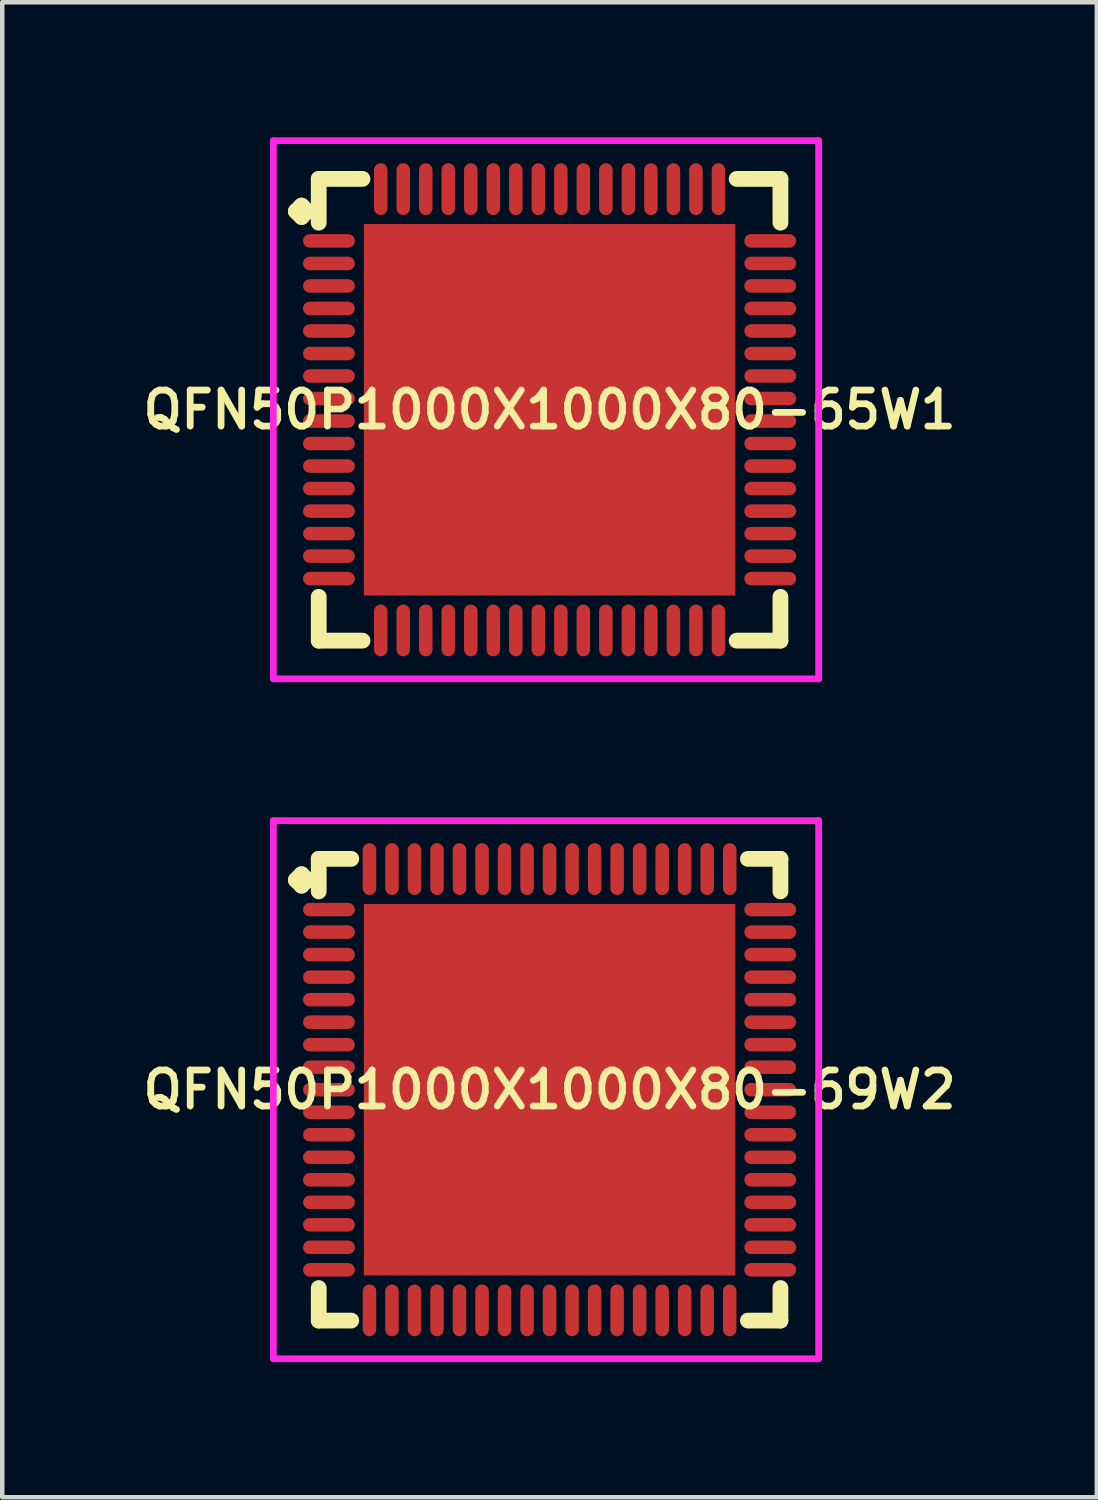
<source format=kicad_pcb>
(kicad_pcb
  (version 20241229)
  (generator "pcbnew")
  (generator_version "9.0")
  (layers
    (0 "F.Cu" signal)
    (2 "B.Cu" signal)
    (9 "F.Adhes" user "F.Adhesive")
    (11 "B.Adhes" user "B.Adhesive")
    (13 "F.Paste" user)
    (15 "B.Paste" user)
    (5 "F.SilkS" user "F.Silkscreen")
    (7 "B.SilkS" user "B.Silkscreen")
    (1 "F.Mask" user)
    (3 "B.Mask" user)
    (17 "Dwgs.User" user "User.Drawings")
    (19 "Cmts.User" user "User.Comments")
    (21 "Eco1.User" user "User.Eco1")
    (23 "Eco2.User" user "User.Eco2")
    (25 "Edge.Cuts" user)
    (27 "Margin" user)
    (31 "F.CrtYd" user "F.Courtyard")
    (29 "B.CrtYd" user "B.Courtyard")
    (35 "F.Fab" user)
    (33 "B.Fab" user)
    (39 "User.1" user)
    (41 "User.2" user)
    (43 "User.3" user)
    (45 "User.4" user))
  (footprint "QFN50P1000X1000X80-69W2"
    (layer "F.Cu")
    (at 9.155 21.15)
    (property "Reference" "QFN50P1000X1000X80-69W2" (at 0 0 0) (layer "F.SilkS") (effects (font (size 0.8 0.8) (thickness 0.15))))
    (attr smd)
    (fp_line (start -5.635 -4.658) (end -5.508 -4.785) (stroke (width 0.35) (type solid)) (layer "F.SilkS"))
    (fp_line (start -5.508 -4.785) (end -5.381 -4.658) (stroke (width 0.35) (type solid)) (layer "F.SilkS"))
    (fp_line (start -5.508 -4.531) (end -5.635 -4.658) (stroke (width 0.35) (type solid)) (layer "F.SilkS"))
    (fp_line (start -5.381 -4.658) (end -5.508 -4.531) (stroke (width 0.35) (type solid)) (layer "F.SilkS"))
    (fp_line (start -5.127 -5.127) (end -4.404 -5.127) (stroke (width 0.35) (type solid)) (layer "F.SilkS"))
    (fp_line (start -5.127 -4.404) (end -5.127 -5.127) (stroke (width 0.35) (type solid)) (layer "F.SilkS"))
    (fp_line (start -5.127 4.404) (end -5.127 5.127) (stroke (width 0.35) (type solid)) (layer "F.SilkS"))
    (fp_line (start -5.127 5.127) (end -4.404 5.127) (stroke (width 0.35) (type solid)) (layer "F.SilkS"))
    (fp_line (start 4.404 -5.127) (end 5.127 -5.127) (stroke (width 0.35) (type solid)) (layer "F.SilkS"))
    (fp_line (start 4.404 5.127) (end 5.127 5.127) (stroke (width 0.35) (type solid)) (layer "F.SilkS"))
    (fp_line (start 5.127 -5.127) (end 5.127 -4.404) (stroke (width 0.35) (type solid)) (layer "F.SilkS"))
    (fp_line (start 5.127 5.127) (end 5.127 4.404) (stroke (width 0.35) (type solid)) (layer "F.SilkS"))
    (fp_line (start -6.135 -5.975) (end 5.975 -5.975) (stroke (width 0.15) (type solid)) (layer "F.CrtYd"))
    (fp_line (start -6.135 5.975) (end -6.135 -5.975) (stroke (width 0.15) (type solid)) (layer "F.CrtYd"))
    (fp_line (start 5.975 -5.975) (end 5.975 5.975) (stroke (width 0.15) (type solid)) (layer "F.CrtYd"))
    (fp_line (start 5.975 5.975) (end -6.135 5.975) (stroke (width 0.15) (type solid)) (layer "F.CrtYd"))
    (pad "1" smd oval (at -4.9 -4) (size 1.15 0.3) (layers "F.Cu" "F.Mask" "F.Paste"))
    (pad "2" smd oval (at -4.9 -3.5) (size 1.15 0.3) (layers "F.Cu" "F.Mask" "F.Paste"))
    (pad "3" smd oval (at -4.9 -3) (size 1.15 0.3) (layers "F.Cu" "F.Mask" "F.Paste"))
    (pad "4" smd oval (at -4.9 -2.5) (size 1.15 0.3) (layers "F.Cu" "F.Mask" "F.Paste"))
    (pad "5" smd oval (at -4.9 -2) (size 1.15 0.3) (layers "F.Cu" "F.Mask" "F.Paste"))
    (pad "6" smd oval (at -4.9 -1.5) (size 1.15 0.3) (layers "F.Cu" "F.Mask" "F.Paste"))
    (pad "7" smd oval (at -4.9 -1) (size 1.15 0.3) (layers "F.Cu" "F.Mask" "F.Paste"))
    (pad "8" smd oval (at -4.9 -0.5) (size 1.15 0.3) (layers "F.Cu" "F.Mask" "F.Paste"))
    (pad "9" smd oval (at -4.9 0) (size 1.15 0.3) (layers "F.Cu" "F.Mask" "F.Paste"))
    (pad "10" smd oval (at -4.9 0.5) (size 1.15 0.3) (layers "F.Cu" "F.Mask" "F.Paste"))
    (pad "11" smd oval (at -4.9 1) (size 1.15 0.3) (layers "F.Cu" "F.Mask" "F.Paste"))
    (pad "12" smd oval (at -4.9 1.5) (size 1.15 0.3) (layers "F.Cu" "F.Mask" "F.Paste"))
    (pad "13" smd oval (at -4.9 2) (size 1.15 0.3) (layers "F.Cu" "F.Mask" "F.Paste"))
    (pad "14" smd oval (at -4.9 2.5) (size 1.15 0.3) (layers "F.Cu" "F.Mask" "F.Paste"))
    (pad "15" smd oval (at -4.9 3) (size 1.15 0.3) (layers "F.Cu" "F.Mask" "F.Paste"))
    (pad "16" smd oval (at -4.9 3.5) (size 1.15 0.3) (layers "F.Cu" "F.Mask" "F.Paste"))
    (pad "17" smd oval (at -4.9 4) (size 1.15 0.3) (layers "F.Cu" "F.Mask" "F.Paste"))
    (pad "18" smd oval (at -4 4.9) (size 0.3 1.15) (layers "F.Cu" "F.Mask" "F.Paste"))
    (pad "19" smd oval (at -3.5 4.9) (size 0.3 1.15) (layers "F.Cu" "F.Mask" "F.Paste"))
    (pad "20" smd oval (at -3 4.9) (size 0.3 1.15) (layers "F.Cu" "F.Mask" "F.Paste"))
    (pad "21" smd oval (at -2.5 4.9) (size 0.3 1.15) (layers "F.Cu" "F.Mask" "F.Paste"))
    (pad "22" smd oval (at -2 4.9) (size 0.3 1.15) (layers "F.Cu" "F.Mask" "F.Paste"))
    (pad "23" smd oval (at -1.5 4.9) (size 0.3 1.15) (layers "F.Cu" "F.Mask" "F.Paste"))
    (pad "24" smd oval (at -1 4.9) (size 0.3 1.15) (layers "F.Cu" "F.Mask" "F.Paste"))
    (pad "25" smd oval (at -0.5 4.9) (size 0.3 1.15) (layers "F.Cu" "F.Mask" "F.Paste"))
    (pad "26" smd oval (at 0 4.9) (size 0.3 1.15) (layers "F.Cu" "F.Mask" "F.Paste"))
    (pad "27" smd oval (at 0.5 4.9) (size 0.3 1.15) (layers "F.Cu" "F.Mask" "F.Paste"))
    (pad "28" smd oval (at 1 4.9) (size 0.3 1.15) (layers "F.Cu" "F.Mask" "F.Paste"))
    (pad "29" smd oval (at 1.5 4.9) (size 0.3 1.15) (layers "F.Cu" "F.Mask" "F.Paste"))
    (pad "30" smd oval (at 2 4.9) (size 0.3 1.15) (layers "F.Cu" "F.Mask" "F.Paste"))
    (pad "31" smd oval (at 2.5 4.9) (size 0.3 1.15) (layers "F.Cu" "F.Mask" "F.Paste"))
    (pad "32" smd oval (at 3 4.9) (size 0.3 1.15) (layers "F.Cu" "F.Mask" "F.Paste"))
    (pad "33" smd oval (at 3.5 4.9) (size 0.3 1.15) (layers "F.Cu" "F.Mask" "F.Paste"))
    (pad "34" smd oval (at 4 4.9) (size 0.3 1.15) (layers "F.Cu" "F.Mask" "F.Paste"))
    (pad "35" smd oval (at 4.9 4) (size 1.15 0.3) (layers "F.Cu" "F.Mask" "F.Paste"))
    (pad "36" smd oval (at 4.9 3.5) (size 1.15 0.3) (layers "F.Cu" "F.Mask" "F.Paste"))
    (pad "37" smd oval (at 4.9 3) (size 1.15 0.3) (layers "F.Cu" "F.Mask" "F.Paste"))
    (pad "38" smd oval (at 4.9 2.5) (size 1.15 0.3) (layers "F.Cu" "F.Mask" "F.Paste"))
    (pad "39" smd oval (at 4.9 2) (size 1.15 0.3) (layers "F.Cu" "F.Mask" "F.Paste"))
    (pad "40" smd oval (at 4.9 1.5) (size 1.15 0.3) (layers "F.Cu" "F.Mask" "F.Paste"))
    (pad "41" smd oval (at 4.9 1) (size 1.15 0.3) (layers "F.Cu" "F.Mask" "F.Paste"))
    (pad "42" smd oval (at 4.9 0.5) (size 1.15 0.3) (layers "F.Cu" "F.Mask" "F.Paste"))
    (pad "43" smd oval (at 4.9 0) (size 1.15 0.3) (layers "F.Cu" "F.Mask" "F.Paste"))
    (pad "44" smd oval (at 4.9 -0.5) (size 1.15 0.3) (layers "F.Cu" "F.Mask" "F.Paste"))
    (pad "45" smd oval (at 4.9 -1) (size 1.15 0.3) (layers "F.Cu" "F.Mask" "F.Paste"))
    (pad "46" smd oval (at 4.9 -1.5) (size 1.15 0.3) (layers "F.Cu" "F.Mask" "F.Paste"))
    (pad "47" smd oval (at 4.9 -2) (size 1.15 0.3) (layers "F.Cu" "F.Mask" "F.Paste"))
    (pad "48" smd oval (at 4.9 -2.5) (size 1.15 0.3) (layers "F.Cu" "F.Mask" "F.Paste"))
    (pad "49" smd oval (at 4.9 -3) (size 1.15 0.3) (layers "F.Cu" "F.Mask" "F.Paste"))
    (pad "50" smd oval (at 4.9 -3.5) (size 1.15 0.3) (layers "F.Cu" "F.Mask" "F.Paste"))
    (pad "51" smd oval (at 4.9 -4) (size 1.15 0.3) (layers "F.Cu" "F.Mask" "F.Paste"))
    (pad "52" smd oval (at 4 -4.9) (size 0.3 1.15) (layers "F.Cu" "F.Mask" "F.Paste"))
    (pad "53" smd oval (at 3.5 -4.9) (size 0.3 1.15) (layers "F.Cu" "F.Mask" "F.Paste"))
    (pad "54" smd oval (at 3 -4.9) (size 0.3 1.15) (layers "F.Cu" "F.Mask" "F.Paste"))
    (pad "55" smd oval (at 2.5 -4.9) (size 0.3 1.15) (layers "F.Cu" "F.Mask" "F.Paste"))
    (pad "56" smd oval (at 2 -4.9) (size 0.3 1.15) (layers "F.Cu" "F.Mask" "F.Paste"))
    (pad "57" smd oval (at 1.5 -4.9) (size 0.3 1.15) (layers "F.Cu" "F.Mask" "F.Paste"))
    (pad "58" smd oval (at 1 -4.9) (size 0.3 1.15) (layers "F.Cu" "F.Mask" "F.Paste"))
    (pad "59" smd oval (at 0.5 -4.9) (size 0.3 1.15) (layers "F.Cu" "F.Mask" "F.Paste"))
    (pad "60" smd oval (at 0 -4.9) (size 0.3 1.15) (layers "F.Cu" "F.Mask" "F.Paste"))
    (pad "61" smd oval (at -0.5 -4.9) (size 0.3 1.15) (layers "F.Cu" "F.Mask" "F.Paste"))
    (pad "62" smd oval (at -1 -4.9) (size 0.3 1.15) (layers "F.Cu" "F.Mask" "F.Paste"))
    (pad "63" smd oval (at -1.5 -4.9) (size 0.3 1.15) (layers "F.Cu" "F.Mask" "F.Paste"))
    (pad "64" smd oval (at -2 -4.9) (size 0.3 1.15) (layers "F.Cu" "F.Mask" "F.Paste"))
    (pad "65" smd oval (at -2.5 -4.9) (size 0.3 1.15) (layers "F.Cu" "F.Mask" "F.Paste"))
    (pad "66" smd oval (at -3 -4.9) (size 0.3 1.15) (layers "F.Cu" "F.Mask" "F.Paste"))
    (pad "67" smd oval (at -3.5 -4.9) (size 0.3 1.15) (layers "F.Cu" "F.Mask" "F.Paste"))
    (pad "68" smd oval (at -4 -4.9) (size 0.3 1.15) (layers "F.Cu" "F.Mask" "F.Paste"))
    (pad "69" smd rect (at 0 0) (size 8.25 8.25) (layers "F.Cu" "F.Mask" "F.Paste")))
  (footprint "QFN50P1000X1000X80-65W1"
    (layer "F.Cu")
    (at 9.155 6.05)
    (property "Reference" "QFN50P1000X1000X80-65W1" (at 0 0 0) (layer "F.SilkS") (effects (font (size 0.8 0.8) (thickness 0.15))))
    (attr smd)
    (fp_line (start -5.635 -4.408) (end -5.508 -4.535) (stroke (width 0.35) (type solid)) (layer "F.SilkS"))
    (fp_line (start -5.508 -4.535) (end -5.381 -4.408) (stroke (width 0.35) (type solid)) (layer "F.SilkS"))
    (fp_line (start -5.508 -4.281) (end -5.635 -4.408) (stroke (width 0.35) (type solid)) (layer "F.SilkS"))
    (fp_line (start -5.381 -4.408) (end -5.508 -4.281) (stroke (width 0.35) (type solid)) (layer "F.SilkS"))
    (fp_line (start -5.127 -5.127) (end -4.154 -5.127) (stroke (width 0.35) (type solid)) (layer "F.SilkS"))
    (fp_line (start -5.127 -4.154) (end -5.127 -5.127) (stroke (width 0.35) (type solid)) (layer "F.SilkS"))
    (fp_line (start -5.127 4.154) (end -5.127 5.127) (stroke (width 0.35) (type solid)) (layer "F.SilkS"))
    (fp_line (start -5.127 5.127) (end -4.154 5.127) (stroke (width 0.35) (type solid)) (layer "F.SilkS"))
    (fp_line (start 4.154 -5.127) (end 5.127 -5.127) (stroke (width 0.35) (type solid)) (layer "F.SilkS"))
    (fp_line (start 4.154 5.127) (end 5.127 5.127) (stroke (width 0.35) (type solid)) (layer "F.SilkS"))
    (fp_line (start 5.127 -5.127) (end 5.127 -4.154) (stroke (width 0.35) (type solid)) (layer "F.SilkS"))
    (fp_line (start 5.127 5.127) (end 5.127 4.154) (stroke (width 0.35) (type solid)) (layer "F.SilkS"))
    (fp_line (start -6.135 -5.975) (end 5.975 -5.975) (stroke (width 0.15) (type solid)) (layer "F.CrtYd"))
    (fp_line (start -6.135 5.975) (end -6.135 -5.975) (stroke (width 0.15) (type solid)) (layer "F.CrtYd"))
    (fp_line (start 5.975 -5.975) (end 5.975 5.975) (stroke (width 0.15) (type solid)) (layer "F.CrtYd"))
    (fp_line (start 5.975 5.975) (end -6.135 5.975) (stroke (width 0.15) (type solid)) (layer "F.CrtYd"))
    (pad "1" smd oval (at -4.9 -3.75) (size 1.15 0.3) (layers "F.Cu" "F.Mask" "F.Paste"))
    (pad "2" smd oval (at -4.9 -3.25) (size 1.15 0.3) (layers "F.Cu" "F.Mask" "F.Paste"))
    (pad "3" smd oval (at -4.9 -2.75) (size 1.15 0.3) (layers "F.Cu" "F.Mask" "F.Paste"))
    (pad "4" smd oval (at -4.9 -2.25) (size 1.15 0.3) (layers "F.Cu" "F.Mask" "F.Paste"))
    (pad "5" smd oval (at -4.9 -1.75) (size 1.15 0.3) (layers "F.Cu" "F.Mask" "F.Paste"))
    (pad "6" smd oval (at -4.9 -1.25) (size 1.15 0.3) (layers "F.Cu" "F.Mask" "F.Paste"))
    (pad "7" smd oval (at -4.9 -0.75) (size 1.15 0.3) (layers "F.Cu" "F.Mask" "F.Paste"))
    (pad "8" smd oval (at -4.9 -0.25) (size 1.15 0.3) (layers "F.Cu" "F.Mask" "F.Paste"))
    (pad "9" smd oval (at -4.9 0.25) (size 1.15 0.3) (layers "F.Cu" "F.Mask" "F.Paste"))
    (pad "10" smd oval (at -4.9 0.75) (size 1.15 0.3) (layers "F.Cu" "F.Mask" "F.Paste"))
    (pad "11" smd oval (at -4.9 1.25) (size 1.15 0.3) (layers "F.Cu" "F.Mask" "F.Paste"))
    (pad "12" smd oval (at -4.9 1.75) (size 1.15 0.3) (layers "F.Cu" "F.Mask" "F.Paste"))
    (pad "13" smd oval (at -4.9 2.25) (size 1.15 0.3) (layers "F.Cu" "F.Mask" "F.Paste"))
    (pad "14" smd oval (at -4.9 2.75) (size 1.15 0.3) (layers "F.Cu" "F.Mask" "F.Paste"))
    (pad "15" smd oval (at -4.9 3.25) (size 1.15 0.3) (layers "F.Cu" "F.Mask" "F.Paste"))
    (pad "16" smd oval (at -4.9 3.75) (size 1.15 0.3) (layers "F.Cu" "F.Mask" "F.Paste"))
    (pad "17" smd oval (at -3.75 4.9) (size 0.3 1.15) (layers "F.Cu" "F.Mask" "F.Paste"))
    (pad "18" smd oval (at -3.25 4.9) (size 0.3 1.15) (layers "F.Cu" "F.Mask" "F.Paste"))
    (pad "19" smd oval (at -2.75 4.9) (size 0.3 1.15) (layers "F.Cu" "F.Mask" "F.Paste"))
    (pad "20" smd oval (at -2.25 4.9) (size 0.3 1.15) (layers "F.Cu" "F.Mask" "F.Paste"))
    (pad "21" smd oval (at -1.75 4.9) (size 0.3 1.15) (layers "F.Cu" "F.Mask" "F.Paste"))
    (pad "22" smd oval (at -1.25 4.9) (size 0.3 1.15) (layers "F.Cu" "F.Mask" "F.Paste"))
    (pad "23" smd oval (at -0.75 4.9) (size 0.3 1.15) (layers "F.Cu" "F.Mask" "F.Paste"))
    (pad "24" smd oval (at -0.25 4.9) (size 0.3 1.15) (layers "F.Cu" "F.Mask" "F.Paste"))
    (pad "25" smd oval (at 0.25 4.9) (size 0.3 1.15) (layers "F.Cu" "F.Mask" "F.Paste"))
    (pad "26" smd oval (at 0.75 4.9) (size 0.3 1.15) (layers "F.Cu" "F.Mask" "F.Paste"))
    (pad "27" smd oval (at 1.25 4.9) (size 0.3 1.15) (layers "F.Cu" "F.Mask" "F.Paste"))
    (pad "28" smd oval (at 1.75 4.9) (size 0.3 1.15) (layers "F.Cu" "F.Mask" "F.Paste"))
    (pad "29" smd oval (at 2.25 4.9) (size 0.3 1.15) (layers "F.Cu" "F.Mask" "F.Paste"))
    (pad "30" smd oval (at 2.75 4.9) (size 0.3 1.15) (layers "F.Cu" "F.Mask" "F.Paste"))
    (pad "31" smd oval (at 3.25 4.9) (size 0.3 1.15) (layers "F.Cu" "F.Mask" "F.Paste"))
    (pad "32" smd oval (at 3.75 4.9) (size 0.3 1.15) (layers "F.Cu" "F.Mask" "F.Paste"))
    (pad "33" smd oval (at 4.9 3.75) (size 1.15 0.3) (layers "F.Cu" "F.Mask" "F.Paste"))
    (pad "34" smd oval (at 4.9 3.25) (size 1.15 0.3) (layers "F.Cu" "F.Mask" "F.Paste"))
    (pad "35" smd oval (at 4.9 2.75) (size 1.15 0.3) (layers "F.Cu" "F.Mask" "F.Paste"))
    (pad "36" smd oval (at 4.9 2.25) (size 1.15 0.3) (layers "F.Cu" "F.Mask" "F.Paste"))
    (pad "37" smd oval (at 4.9 1.75) (size 1.15 0.3) (layers "F.Cu" "F.Mask" "F.Paste"))
    (pad "38" smd oval (at 4.9 1.25) (size 1.15 0.3) (layers "F.Cu" "F.Mask" "F.Paste"))
    (pad "39" smd oval (at 4.9 0.75) (size 1.15 0.3) (layers "F.Cu" "F.Mask" "F.Paste"))
    (pad "40" smd oval (at 4.9 0.25) (size 1.15 0.3) (layers "F.Cu" "F.Mask" "F.Paste"))
    (pad "41" smd oval (at 4.9 -0.25) (size 1.15 0.3) (layers "F.Cu" "F.Mask" "F.Paste"))
    (pad "42" smd oval (at 4.9 -0.75) (size 1.15 0.3) (layers "F.Cu" "F.Mask" "F.Paste"))
    (pad "43" smd oval (at 4.9 -1.25) (size 1.15 0.3) (layers "F.Cu" "F.Mask" "F.Paste"))
    (pad "44" smd oval (at 4.9 -1.75) (size 1.15 0.3) (layers "F.Cu" "F.Mask" "F.Paste"))
    (pad "45" smd oval (at 4.9 -2.25) (size 1.15 0.3) (layers "F.Cu" "F.Mask" "F.Paste"))
    (pad "46" smd oval (at 4.9 -2.75) (size 1.15 0.3) (layers "F.Cu" "F.Mask" "F.Paste"))
    (pad "47" smd oval (at 4.9 -3.25) (size 1.15 0.3) (layers "F.Cu" "F.Mask" "F.Paste"))
    (pad "48" smd oval (at 4.9 -3.75) (size 1.15 0.3) (layers "F.Cu" "F.Mask" "F.Paste"))
    (pad "49" smd oval (at 3.75 -4.9) (size 0.3 1.15) (layers "F.Cu" "F.Mask" "F.Paste"))
    (pad "50" smd oval (at 3.25 -4.9) (size 0.3 1.15) (layers "F.Cu" "F.Mask" "F.Paste"))
    (pad "51" smd oval (at 2.75 -4.9) (size 0.3 1.15) (layers "F.Cu" "F.Mask" "F.Paste"))
    (pad "52" smd oval (at 2.25 -4.9) (size 0.3 1.15) (layers "F.Cu" "F.Mask" "F.Paste"))
    (pad "53" smd oval (at 1.75 -4.9) (size 0.3 1.15) (layers "F.Cu" "F.Mask" "F.Paste"))
    (pad "54" smd oval (at 1.25 -4.9) (size 0.3 1.15) (layers "F.Cu" "F.Mask" "F.Paste"))
    (pad "55" smd oval (at 0.75 -4.9) (size 0.3 1.15) (layers "F.Cu" "F.Mask" "F.Paste"))
    (pad "56" smd oval (at 0.25 -4.9) (size 0.3 1.15) (layers "F.Cu" "F.Mask" "F.Paste"))
    (pad "57" smd oval (at -0.25 -4.9) (size 0.3 1.15) (layers "F.Cu" "F.Mask" "F.Paste"))
    (pad "58" smd oval (at -0.75 -4.9) (size 0.3 1.15) (layers "F.Cu" "F.Mask" "F.Paste"))
    (pad "59" smd oval (at -1.25 -4.9) (size 0.3 1.15) (layers "F.Cu" "F.Mask" "F.Paste"))
    (pad "60" smd oval (at -1.75 -4.9) (size 0.3 1.15) (layers "F.Cu" "F.Mask" "F.Paste"))
    (pad "61" smd oval (at -2.25 -4.9) (size 0.3 1.15) (layers "F.Cu" "F.Mask" "F.Paste"))
    (pad "62" smd oval (at -2.75 -4.9) (size 0.3 1.15) (layers "F.Cu" "F.Mask" "F.Paste"))
    (pad "63" smd oval (at -3.25 -4.9) (size 0.3 1.15) (layers "F.Cu" "F.Mask" "F.Paste"))
    (pad "64" smd oval (at -3.75 -4.9) (size 0.3 1.15) (layers "F.Cu" "F.Mask" "F.Paste"))
    (pad "65" smd rect (at 0 0) (size 8.25 8.25) (layers "F.Cu" "F.Mask" "F.Paste")))
  (gr_rect
    (start -3 -3)
    (end 21.309 30.2)
    (stroke (width 0.1) (type default))
    (fill no)
    (layer "Edge.Cuts")))
</source>
